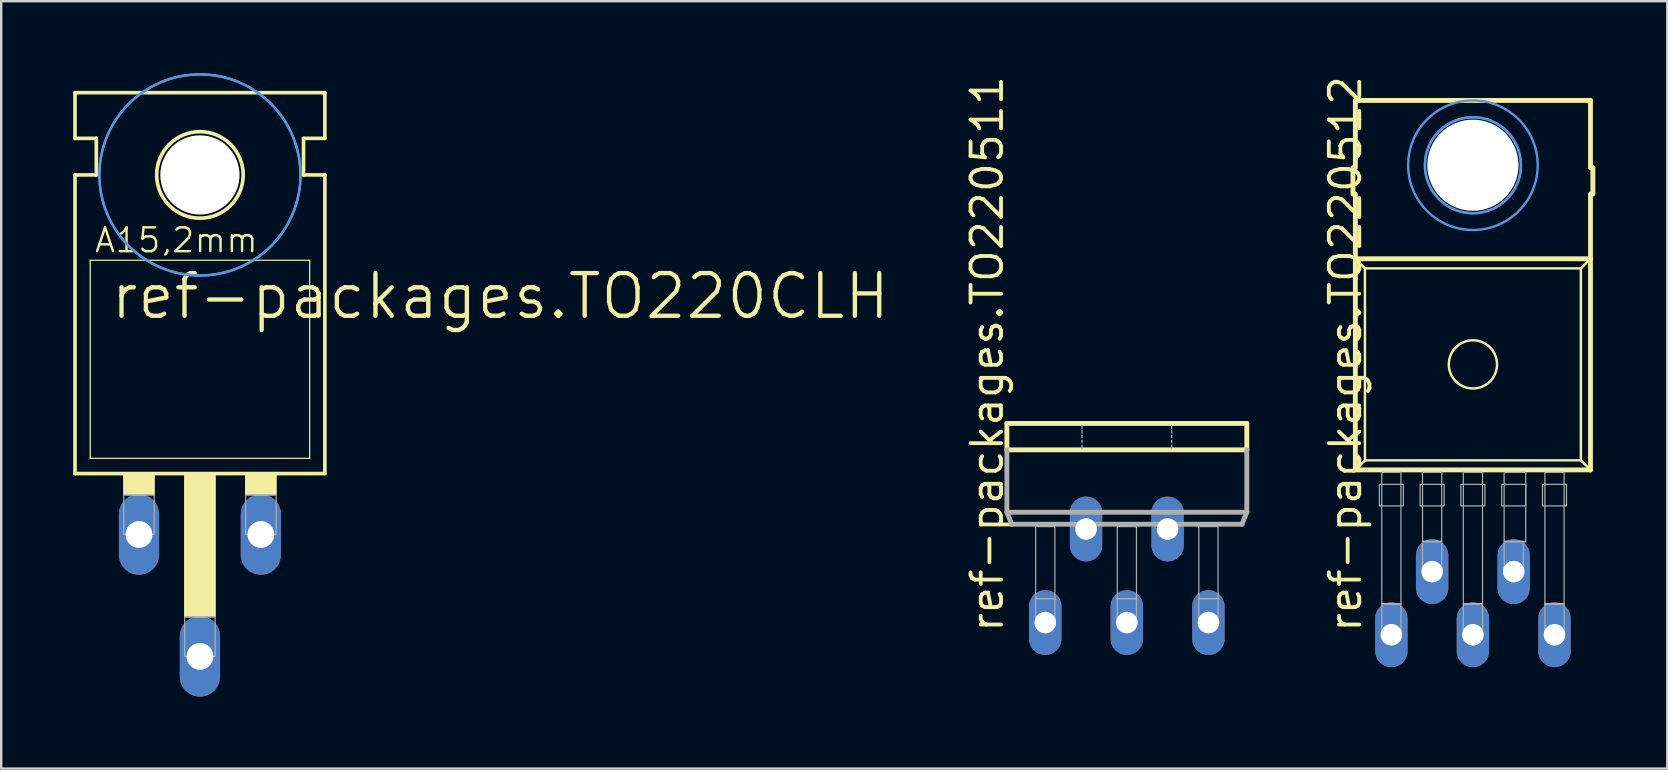
<source format=kicad_pcb>
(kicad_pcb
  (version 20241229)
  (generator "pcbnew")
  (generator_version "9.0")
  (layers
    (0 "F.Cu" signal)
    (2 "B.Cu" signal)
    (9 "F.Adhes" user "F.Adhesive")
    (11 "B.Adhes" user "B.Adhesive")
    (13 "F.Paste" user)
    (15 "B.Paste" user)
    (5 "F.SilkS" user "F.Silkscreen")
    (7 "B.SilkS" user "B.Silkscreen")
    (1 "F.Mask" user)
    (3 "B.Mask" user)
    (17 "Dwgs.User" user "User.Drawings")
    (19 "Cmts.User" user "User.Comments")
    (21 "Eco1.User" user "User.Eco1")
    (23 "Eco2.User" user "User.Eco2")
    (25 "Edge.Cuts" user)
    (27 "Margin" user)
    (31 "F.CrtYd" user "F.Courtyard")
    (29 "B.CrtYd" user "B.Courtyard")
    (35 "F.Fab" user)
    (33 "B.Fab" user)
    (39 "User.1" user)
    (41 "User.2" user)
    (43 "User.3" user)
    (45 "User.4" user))
  (footprint "ref-packages.TO220CLH"
    (layer "F.Cu")
    (at 5.283 15.417)
    (property "Reference" "ref-packages.TO220CLH" (at -3.81 -5.08 0) (layer "F.SilkS") (effects (font (size 1.778 1.778) (thickness 0.18)) (justify left bottom)))
    (attr through_hole)
    (fp_line (start -5.207 -12.7) (end -5.207 -14.605) (stroke (width 0.152) (type default)) (layer "F.SilkS"))
    (fp_line (start -5.207 -11.176) (end -4.318 -11.176) (stroke (width 0.152) (type default)) (layer "F.SilkS"))
    (fp_line (start -5.207 1.27) (end -5.207 -11.176) (stroke (width 0.152) (type default)) (layer "F.SilkS"))
    (fp_line (start -5.207 1.27) (end 5.207 1.27) (stroke (width 0.152) (type default)) (layer "F.SilkS"))
    (fp_line (start -4.572 0.635) (end -4.572 -7.62) (stroke (width 0.051) (type default)) (layer "F.SilkS"))
    (fp_line (start -4.572 0.635) (end 4.572 0.635) (stroke (width 0.051) (type default)) (layer "F.SilkS"))
    (fp_line (start -4.318 -12.7) (end -5.207 -12.7) (stroke (width 0.152) (type default)) (layer "F.SilkS"))
    (fp_line (start -4.318 -11.176) (end -4.318 -12.7) (stroke (width 0.152) (type default)) (layer "F.SilkS"))
    (fp_line (start 4.318 -12.7) (end 5.207 -12.7) (stroke (width 0.152) (type default)) (layer "F.SilkS"))
    (fp_line (start 4.318 -11.176) (end 4.318 -12.7) (stroke (width 0.152) (type default)) (layer "F.SilkS"))
    (fp_line (start 4.572 -7.62) (end -4.572 -7.62) (stroke (width 0.051) (type default)) (layer "F.SilkS"))
    (fp_line (start 4.572 -7.62) (end 4.572 0.635) (stroke (width 0.051) (type default)) (layer "F.SilkS"))
    (fp_line (start 5.207 -14.605) (end -5.207 -14.605) (stroke (width 0.152) (type default)) (layer "F.SilkS"))
    (fp_line (start 5.207 -12.7) (end 5.207 -14.605) (stroke (width 0.152) (type default)) (layer "F.SilkS"))
    (fp_line (start 5.207 -11.176) (end 4.318 -11.176) (stroke (width 0.152) (type default)) (layer "F.SilkS"))
    (fp_line (start 5.207 1.27) (end 5.207 -11.176) (stroke (width 0.152) (type default)) (layer "F.SilkS"))
    (fp_rect (start -3.175 2.159) (end -1.905 1.27) (stroke (width 0.05) (type default)) (fill yes) (layer "F.SilkS"))
    (fp_rect (start -0.635 7.239) (end 0.635 1.27) (stroke (width 0.05) (type default)) (fill yes) (layer "F.SilkS"))
    (fp_rect (start 1.905 2.159) (end 3.175 1.27) (stroke (width 0.05) (type default)) (fill yes) (layer "F.SilkS"))
    (fp_circle (center 0 -11.176) (end 1.803 -11.176) (stroke (width 0.152) (type default)) (fill no) (layer "F.SilkS"))
    (fp_circle (center 0 -11.176) (end 4.191 -11.176) (stroke (width 0.1) (type default)) (fill no) (layer "Cmts.User"))
    (fp_circle (center 0 -11.176) (end 4.191 -11.176) (stroke (width 0.1) (type default)) (fill no) (layer "Cmts.User"))
    (fp_rect (start -3.175 3.81) (end -1.905 2.159) (stroke (width 0.05) (type default)) (fill no) (layer "F.Fab"))
    (fp_rect (start -0.635 8.89) (end 0.635 7.239) (stroke (width 0.05) (type default)) (fill no) (layer "F.Fab"))
    (fp_rect (start 1.905 3.81) (end 3.175 2.159) (stroke (width 0.05) (type default)) (fill no) (layer "F.Fab"))
    (fp_text user "A15,2mm" (at -4.445 -7.874 0) (layer "F.SilkS") (effects (font (size 0.991 0.991) (thickness 0.1)) (justify left bottom)))
    (pad "" np_thru_hole circle (at 0 -11.176) (size 3.302 3.302) (drill 3.302) (layers "*.Cu" "*.Mask"))
    (pad "A" thru_hole oval (at 0 8.89 90) (size 3.353 1.676) (drill 1.118) (layers "*.Cu" "*.Mask"))
    (pad "C" thru_hole oval (at -2.54 3.81 90) (size 3.353 1.676) (drill 1.118) (layers "*.Cu" "*.Mask"))
    (pad "G" thru_hole oval (at 2.54 3.81 90) (size 3.353 1.676) (drill 1.118) (layers "*.Cu" "*.Mask")))
  (footprint "ref-packages.TO220511"
    (layer "F.Cu")
    (at 43.915 14.498)
    (property "Reference" "ref-packages.TO220511" (at -5.08 8.89 90) (layer "F.SilkS") (effects (font (size 1.27 1.27) (thickness 0.16)) (justify left bottom)))
    (attr through_hole)
    (fp_line (start -5 0.1) (end -5 1.2) (stroke (width 0.203) (type default)) (layer "F.SilkS"))
    (fp_line (start -5 1.2) (end 5 1.2) (stroke (width 0.203) (type default)) (layer "F.SilkS"))
    (fp_line (start 5 0.1) (end -5 0.1) (stroke (width 0.203) (type default)) (layer "F.SilkS"))
    (fp_line (start 5 1.2) (end 5 0.1) (stroke (width 0.203) (type default)) (layer "F.SilkS"))
    (fp_line (start -5 1.2) (end -5 3.8) (stroke (width 0.203) (type default)) (layer "F.Fab"))
    (fp_line (start -5 3.8) (end -4.8 4.3) (stroke (width 0.203) (type default)) (layer "F.Fab"))
    (fp_line (start -5 3.8) (end 5 3.8) (stroke (width 0.203) (type default)) (layer "F.Fab"))
    (fp_line (start -4.8 4.3) (end 4.8 4.3) (stroke (width 0.203) (type default)) (layer "F.Fab"))
    (fp_line (start -1.87 0.2) (end -1.87 0.3) (stroke (width 0.051) (type default)) (layer "F.Fab"))
    (fp_line (start -1.87 0.4) (end -1.87 0.5) (stroke (width 0.051) (type default)) (layer "F.Fab"))
    (fp_line (start -1.87 0.6) (end -1.87 0.7) (stroke (width 0.051) (type default)) (layer "F.Fab"))
    (fp_line (start -1.87 0.8) (end -1.87 0.9) (stroke (width 0.051) (type default)) (layer "F.Fab"))
    (fp_line (start -1.87 1) (end -1.87 1.17) (stroke (width 0.051) (type default)) (layer "F.Fab"))
    (fp_line (start 1.87 0.3) (end 1.87 0.2) (stroke (width 0.051) (type default)) (layer "F.Fab"))
    (fp_line (start 1.87 0.5) (end 1.87 0.4) (stroke (width 0.051) (type default)) (layer "F.Fab"))
    (fp_line (start 1.87 0.7) (end 1.87 0.6) (stroke (width 0.051) (type default)) (layer "F.Fab"))
    (fp_line (start 1.87 0.9) (end 1.87 0.8) (stroke (width 0.051) (type default)) (layer "F.Fab"))
    (fp_line (start 1.87 1.17) (end 1.87 1) (stroke (width 0.051) (type default)) (layer "F.Fab"))
    (fp_line (start 4.8 4.3) (end 5 3.8) (stroke (width 0.203) (type default)) (layer "F.Fab"))
    (fp_line (start 5 3.8) (end 5 1.2) (stroke (width 0.203) (type default)) (layer "F.Fab"))
    (fp_rect (start -3.8 7.4) (end -3 4.4) (stroke (width 0.05) (type default)) (fill no) (layer "F.Fab"))
    (fp_rect (start -3.8 8.5) (end -3 7.4) (stroke (width 0.05) (type default)) (fill no) (layer "F.Fab"))
    (fp_rect (start -2.1 4.6) (end -1.3 4.4) (stroke (width 0.05) (type default)) (fill no) (layer "F.Fab"))
    (fp_rect (start -0.4 7.4) (end 0.4 4.4) (stroke (width 0.05) (type default)) (fill no) (layer "F.Fab"))
    (fp_rect (start -0.4 8.5) (end 0.4 7.4) (stroke (width 0.05) (type default)) (fill no) (layer "F.Fab"))
    (fp_rect (start 1.3 4.6) (end 2.1 4.4) (stroke (width 0.05) (type default)) (fill no) (layer "F.Fab"))
    (fp_rect (start 3 7.4) (end 3.8 4.4) (stroke (width 0.05) (type default)) (fill no) (layer "F.Fab"))
    (fp_rect (start 3 8.5) (end 3.8 7.4) (stroke (width 0.05) (type default)) (fill no) (layer "F.Fab"))
    (pad "1" thru_hole oval (at -3.4 8.4 90) (size 2.7 1.35) (drill 0.9) (layers "*.Cu" "*.Mask"))
    (pad "2" thru_hole oval (at -1.7 4.5 90) (size 2.7 1.35) (drill 0.9) (layers "*.Cu" "*.Mask"))
    (pad "3" thru_hole oval (at 0 8.4 90) (size 2.7 1.35) (drill 0.9) (layers "*.Cu" "*.Mask"))
    (pad "4" thru_hole oval (at 1.7 4.5 90) (size 2.7 1.35) (drill 0.9) (layers "*.Cu" "*.Mask"))
    (pad "5" thru_hole oval (at 3.4 8.4 90) (size 2.7 1.35) (drill 0.9) (layers "*.Cu" "*.Mask")))
  (footprint "ref-packages.TO220512"
    (layer "F.Cu")
    (at 58.339 1.036)
    (property "Reference" "ref-packages.TO220512" (at -4.572 22.352 90) (layer "F.SilkS") (effects (font (size 1.27 1.27) (thickness 0.16)) (justify left bottom)))
    (attr through_hole)
    (fp_line (start -5 2.9) (end -5 4) (stroke (width 0.203) (type default)) (layer "F.SilkS"))
    (fp_line (start -4.9 0.1) (end -4.9 2.9) (stroke (width 0.203) (type default)) (layer "F.SilkS"))
    (fp_line (start -4.9 4) (end -4.9 6.7) (stroke (width 0.203) (type default)) (layer "F.SilkS"))
    (fp_line (start -4.9 6.7) (end -4.9 15.5) (stroke (width 0.203) (type default)) (layer "F.SilkS"))
    (fp_line (start -4.9 6.7) (end 4.9 6.7) (stroke (width 0.203) (type default)) (layer "F.SilkS"))
    (fp_line (start -4.9 15.5) (end -4.5 15.1) (stroke (width 0.102) (type default)) (layer "F.SilkS"))
    (fp_line (start -4.9 15.5) (end 4.9 15.5) (stroke (width 0.203) (type default)) (layer "F.SilkS"))
    (fp_line (start -4.5 7.1) (end -4.8 6.8) (stroke (width 0.102) (type default)) (layer "F.SilkS"))
    (fp_line (start -4.5 7.1) (end -4.5 15.1) (stroke (width 0.102) (type default)) (layer "F.SilkS"))
    (fp_line (start -4.5 15.1) (end 4.5 15.1) (stroke (width 0.102) (type default)) (layer "F.SilkS"))
    (fp_line (start 4.5 7.1) (end -4.5 7.1) (stroke (width 0.102) (type default)) (layer "F.SilkS"))
    (fp_line (start 4.5 7.1) (end 4.8 6.8) (stroke (width 0.102) (type default)) (layer "F.SilkS"))
    (fp_line (start 4.5 15.1) (end 4.5 7.1) (stroke (width 0.102) (type default)) (layer "F.SilkS"))
    (fp_line (start 4.5 15.1) (end 4.9 15.5) (stroke (width 0.102) (type default)) (layer "F.SilkS"))
    (fp_line (start 4.9 0.1) (end -4.9 0.1) (stroke (width 0.203) (type default)) (layer "F.SilkS"))
    (fp_line (start 4.9 2.9) (end 4.9 0.1) (stroke (width 0.203) (type default)) (layer "F.SilkS"))
    (fp_line (start 4.9 6.7) (end 4.9 4) (stroke (width 0.203) (type default)) (layer "F.SilkS"))
    (fp_line (start 4.9 15.5) (end 4.9 6.7) (stroke (width 0.203) (type default)) (layer "F.SilkS"))
    (fp_line (start 5 4) (end 5 2.9) (stroke (width 0.203) (type default)) (layer "F.SilkS"))
    (fp_circle (center 0 11.1) (end 1.005 11.1) (stroke (width 0.102) (type default)) (fill no) (layer "F.SilkS"))
    (fp_circle (center 0 2.8) (end 2 2.8) (stroke (width 0.1) (type default)) (fill no) (layer "Cmts.User"))
    (fp_circle (center 0 2.8) (end 2 2.8) (stroke (width 0.1) (type default)) (fill no) (layer "Cmts.User"))
    (fp_circle (center 0 2.8) (end 2.7 2.8) (stroke (width 0.1) (type default)) (fill no) (layer "Cmts.User"))
    (fp_rect (start -3.9 17) (end -2.9 16.1) (stroke (width 0.05) (type default)) (fill no) (layer "F.Fab"))
    (fp_rect (start -3.8 21.1) (end -3 15.6) (stroke (width 0.05) (type default)) (fill no) (layer "F.Fab"))
    (fp_rect (start -3.8 22.27) (end -3 21.07) (stroke (width 0.05) (type default)) (fill no) (layer "F.Fab"))
    (fp_rect (start -2.2 17) (end -1.2 16.1) (stroke (width 0.05) (type default)) (fill no) (layer "F.Fab"))
    (fp_rect (start -2.1 18.5) (end -1.3 15.6) (stroke (width 0.05) (type default)) (fill no) (layer "F.Fab"))
    (fp_rect (start -2.1 19.67) (end -1.3 18.47) (stroke (width 0.05) (type default)) (fill no) (layer "F.Fab"))
    (fp_rect (start -0.5 17) (end 0.5 16.1) (stroke (width 0.05) (type default)) (fill no) (layer "F.Fab"))
    (fp_rect (start -0.4 21.1) (end 0.4 15.6) (stroke (width 0.05) (type default)) (fill no) (layer "F.Fab"))
    (fp_rect (start -0.4 22.27) (end 0.4 21.07) (stroke (width 0.05) (type default)) (fill no) (layer "F.Fab"))
    (fp_rect (start 1.2 17) (end 2.2 16.1) (stroke (width 0.05) (type default)) (fill no) (layer "F.Fab"))
    (fp_rect (start 1.3 18.5) (end 2.2 15.6) (stroke (width 0.05) (type default)) (fill no) (layer "F.Fab"))
    (fp_rect (start 1.3 19.67) (end 2.1 18.47) (stroke (width 0.05) (type default)) (fill no) (layer "F.Fab"))
    (fp_rect (start 2.9 17) (end 3.9 16.1) (stroke (width 0.05) (type default)) (fill no) (layer "F.Fab"))
    (fp_rect (start 3 21.1) (end 3.8 15.6) (stroke (width 0.05) (type default)) (fill no) (layer "F.Fab"))
    (fp_rect (start 3 22.27) (end 3.8 21.07) (stroke (width 0.05) (type default)) (fill no) (layer "F.Fab"))
    (pad "" np_thru_hole circle (at 0 2.8) (size 3.8 3.8) (drill 3.8) (layers "*.Cu" "*.Mask"))
    (pad "1" thru_hole oval (at -3.4 22.37 90) (size 2.7 1.35) (drill 0.9) (layers "*.Cu" "*.Mask"))
    (pad "2" thru_hole oval (at -1.7 19.74 90) (size 2.7 1.35) (drill 0.9) (layers "*.Cu" "*.Mask"))
    (pad "3" thru_hole oval (at 0 22.37 90) (size 2.7 1.35) (drill 0.9) (layers "*.Cu" "*.Mask"))
    (pad "4" thru_hole oval (at 1.7 19.74 90) (size 2.7 1.35) (drill 0.9) (layers "*.Cu" "*.Mask"))
    (pad "5" thru_hole oval (at 3.4 22.37 90) (size 2.7 1.35) (drill 0.9) (layers "*.Cu" "*.Mask")))
  (gr_rect
    (start -3 -3)
    (end 66.44 28.983)
    (stroke (width 0.1) (type default))
    (fill no)
    (layer "Edge.Cuts")))
</source>
